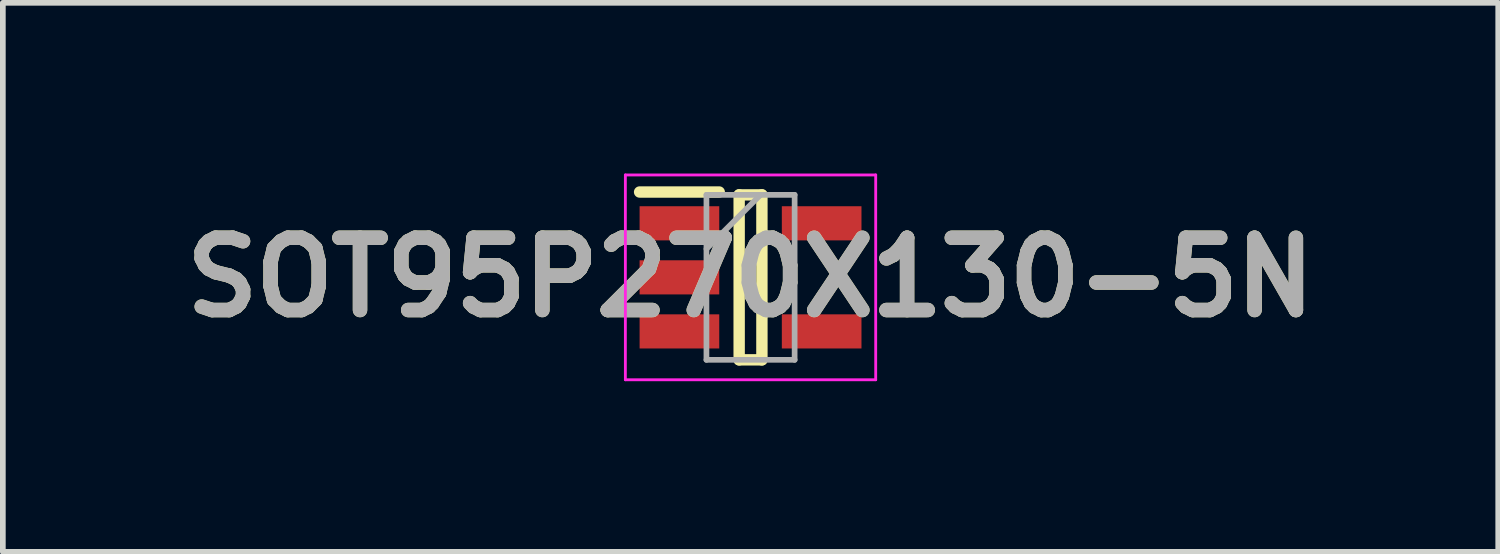
<source format=kicad_pcb>
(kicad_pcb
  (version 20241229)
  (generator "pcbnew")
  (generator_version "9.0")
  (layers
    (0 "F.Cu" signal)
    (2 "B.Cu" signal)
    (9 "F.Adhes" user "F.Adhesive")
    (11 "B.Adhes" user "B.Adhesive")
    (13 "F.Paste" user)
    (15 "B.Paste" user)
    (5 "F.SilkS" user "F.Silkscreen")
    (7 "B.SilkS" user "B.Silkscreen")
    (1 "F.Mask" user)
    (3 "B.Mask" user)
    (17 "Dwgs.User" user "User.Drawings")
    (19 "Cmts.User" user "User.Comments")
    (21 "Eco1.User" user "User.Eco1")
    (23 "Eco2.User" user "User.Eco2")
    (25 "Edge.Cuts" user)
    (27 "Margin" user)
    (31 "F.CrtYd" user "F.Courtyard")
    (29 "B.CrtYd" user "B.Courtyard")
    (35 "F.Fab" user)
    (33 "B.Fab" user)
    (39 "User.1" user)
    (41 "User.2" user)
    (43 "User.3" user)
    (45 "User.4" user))
  (footprint "SOT95P270X130-5N"
    (layer "F.Cu")
    (at 10.142 1.825)
    (property "Reference" "SOT95P270X130-5N" (at 0 0 0) (layer "F.SilkS") (effects (font (size 1.27 1.27) (thickness 0.254))))
    (attr smd)
    (fp_line (start -1.95 -1.5) (end -0.55 -1.5) (stroke (width 0.2) (type solid)) (layer "F.SilkS"))
    (fp_line (start -0.2 -1.45) (end 0.2 -1.45) (stroke (width 0.2) (type solid)) (layer "F.SilkS"))
    (fp_line (start -0.2 1.45) (end -0.2 -1.45) (stroke (width 0.2) (type solid)) (layer "F.SilkS"))
    (fp_line (start 0.2 -1.45) (end 0.2 1.45) (stroke (width 0.2) (type solid)) (layer "F.SilkS"))
    (fp_line (start 0.2 1.45) (end -0.2 1.45) (stroke (width 0.2) (type solid)) (layer "F.SilkS"))
    (fp_line (start -2.2 -1.8) (end 2.2 -1.8) (stroke (width 0.05) (type solid)) (layer "F.CrtYd"))
    (fp_line (start -2.2 1.8) (end -2.2 -1.8) (stroke (width 0.05) (type solid)) (layer "F.CrtYd"))
    (fp_line (start 2.2 -1.8) (end 2.2 1.8) (stroke (width 0.05) (type solid)) (layer "F.CrtYd"))
    (fp_line (start 2.2 1.8) (end -2.2 1.8) (stroke (width 0.05) (type solid)) (layer "F.CrtYd"))
    (fp_line (start -0.775 -1.45) (end 0.775 -1.45) (stroke (width 0.1) (type solid)) (layer "F.Fab"))
    (fp_line (start -0.775 -0.5) (end 0.175 -1.45) (stroke (width 0.1) (type solid)) (layer "F.Fab"))
    (fp_line (start -0.775 1.45) (end -0.775 -1.45) (stroke (width 0.1) (type solid)) (layer "F.Fab"))
    (fp_line (start 0.775 -1.45) (end 0.775 1.45) (stroke (width 0.1) (type solid)) (layer "F.Fab"))
    (fp_line (start 0.775 1.45) (end -0.775 1.45) (stroke (width 0.1) (type solid)) (layer "F.Fab"))
    (fp_text user "${REFERENCE}" (at 0 0 0) (layer "F.Fab") (effects (font (size 1.27 1.27) (thickness 0.254))))
    (pad "1" smd rect (at -1.25 -0.95 90) (size 0.6 1.4) (layers "F.Cu" "F.Mask" "F.Paste"))
    (pad "2" smd rect (at -1.25 0 90) (size 0.6 1.4) (layers "F.Cu" "F.Mask" "F.Paste"))
    (pad "3" smd rect (at -1.25 0.95 90) (size 0.6 1.4) (layers "F.Cu" "F.Mask" "F.Paste"))
    (pad "4" smd rect (at 1.25 0.95 90) (size 0.6 1.4) (layers "F.Cu" "F.Mask" "F.Paste"))
    (pad "5" smd rect (at 1.25 -0.95 90) (size 0.6 1.4) (layers "F.Cu" "F.Mask" "F.Paste")))
  (gr_rect
    (start -3 -3)
    (end 23.284 6.65)
    (stroke (width 0.1) (type default))
    (fill no)
    (layer "Edge.Cuts")))
</source>
